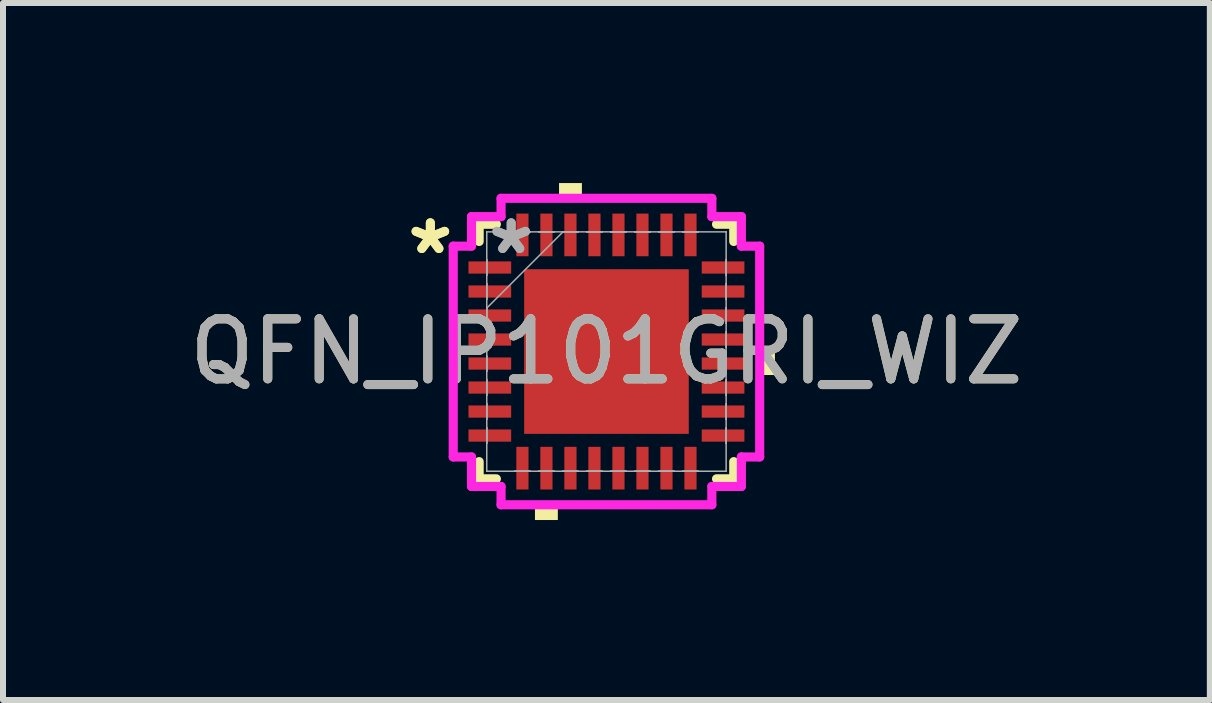
<source format=kicad_pcb>
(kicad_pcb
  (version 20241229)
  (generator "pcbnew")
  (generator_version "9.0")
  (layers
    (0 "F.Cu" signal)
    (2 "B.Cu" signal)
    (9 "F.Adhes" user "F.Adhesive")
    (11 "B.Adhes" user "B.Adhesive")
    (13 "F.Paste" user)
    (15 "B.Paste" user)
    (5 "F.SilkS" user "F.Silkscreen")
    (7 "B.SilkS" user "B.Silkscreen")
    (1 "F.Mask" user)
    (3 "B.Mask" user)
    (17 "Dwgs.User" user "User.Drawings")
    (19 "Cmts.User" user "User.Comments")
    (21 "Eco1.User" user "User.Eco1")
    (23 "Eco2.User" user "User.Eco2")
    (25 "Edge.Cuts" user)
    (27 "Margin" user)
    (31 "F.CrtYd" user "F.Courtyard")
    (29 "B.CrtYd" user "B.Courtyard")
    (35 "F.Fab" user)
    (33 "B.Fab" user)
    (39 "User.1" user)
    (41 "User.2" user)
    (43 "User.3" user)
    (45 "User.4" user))
  (footprint "QFN_IP101GRI_WIZ"
    (layer "F.Cu")
    (at 7.054 2.807)
    (property "Reference" "QFN_IP101GRI_WIZ" (at 0 0 0) (unlocked yes) (layer "F.SilkS") (effects (font (size 1 1) (thickness 0.15))))
    (attr smd)
    (fp_line (start -2.121 -2.121) (end -2.121 -1.834) (stroke (width 0.152) (type solid)) (layer "F.SilkS"))
    (fp_line (start -2.121 1.834) (end -2.121 2.121) (stroke (width 0.152) (type solid)) (layer "F.SilkS"))
    (fp_line (start -2.121 2.121) (end -1.834 2.121) (stroke (width 0.152) (type solid)) (layer "F.SilkS"))
    (fp_line (start -1.834 -2.121) (end -2.121 -2.121) (stroke (width 0.152) (type solid)) (layer "F.SilkS"))
    (fp_line (start 1.834 2.121) (end 2.121 2.121) (stroke (width 0.152) (type solid)) (layer "F.SilkS"))
    (fp_line (start 2.121 -2.121) (end 1.834 -2.121) (stroke (width 0.152) (type solid)) (layer "F.SilkS"))
    (fp_line (start 2.121 -1.834) (end 2.121 -2.121) (stroke (width 0.152) (type solid)) (layer "F.SilkS"))
    (fp_line (start 2.121 2.121) (end 2.121 1.834) (stroke (width 0.152) (type solid)) (layer "F.SilkS"))
    (fp_poly (pts (xy -1.191 2.553) (xy -1.191 2.807) (xy -0.81 2.807) (xy -0.81 2.553)) (stroke (width 0) (type solid)) (fill yes) (layer "F.SilkS"))
    (fp_poly (pts (xy -0.79 -2.553) (xy -0.79 -2.807) (xy -0.409 -2.807) (xy -0.409 -2.553)) (stroke (width 0) (type solid)) (fill yes) (layer "F.SilkS"))
    (fp_poly (pts (xy 2.807 0.009) (xy 2.807 0.391) (xy 2.553 0.391) (xy 2.553 0.009)) (stroke (width 0) (type solid)) (fill yes) (layer "F.SilkS"))
    (fp_poly (pts (xy -1.272 -1.272) (xy -1.272 -0.1) (xy -0.1 -0.1) (xy -0.1 -1.272)) (stroke (width 0) (type solid)) (fill yes) (layer "F.Paste"))
    (fp_poly (pts (xy -1.272 0.1) (xy -1.272 1.272) (xy -0.1 1.272) (xy -0.1 0.1)) (stroke (width 0) (type solid)) (fill yes) (layer "F.Paste"))
    (fp_poly (pts (xy 0.1 -1.272) (xy 0.1 -0.1) (xy 1.272 -0.1) (xy 1.272 -1.272)) (stroke (width 0) (type solid)) (fill yes) (layer "F.Paste"))
    (fp_poly (pts (xy 0.1 0.1) (xy 0.1 1.272) (xy 1.272 1.272) (xy 1.272 0.1)) (stroke (width 0) (type solid)) (fill yes) (layer "F.Paste"))
    (fp_line (start -2.553 -1.756) (end -2.248 -1.756) (stroke (width 0.152) (type solid)) (layer "F.CrtYd"))
    (fp_line (start -2.553 1.756) (end -2.553 -1.756) (stroke (width 0.152) (type solid)) (layer "F.CrtYd"))
    (fp_line (start -2.248 -2.248) (end -1.756 -2.248) (stroke (width 0.152) (type solid)) (layer "F.CrtYd"))
    (fp_line (start -2.248 -1.756) (end -2.248 -2.248) (stroke (width 0.152) (type solid)) (layer "F.CrtYd"))
    (fp_line (start -2.248 1.756) (end -2.553 1.756) (stroke (width 0.152) (type solid)) (layer "F.CrtYd"))
    (fp_line (start -2.248 2.248) (end -2.248 1.756) (stroke (width 0.152) (type solid)) (layer "F.CrtYd"))
    (fp_line (start -1.756 -2.553) (end 1.756 -2.553) (stroke (width 0.152) (type solid)) (layer "F.CrtYd"))
    (fp_line (start -1.756 -2.248) (end -1.756 -2.553) (stroke (width 0.152) (type solid)) (layer "F.CrtYd"))
    (fp_line (start -1.756 2.248) (end -2.248 2.248) (stroke (width 0.152) (type solid)) (layer "F.CrtYd"))
    (fp_line (start -1.756 2.553) (end -1.756 2.248) (stroke (width 0.152) (type solid)) (layer "F.CrtYd"))
    (fp_line (start 1.756 -2.553) (end 1.756 -2.248) (stroke (width 0.152) (type solid)) (layer "F.CrtYd"))
    (fp_line (start 1.756 -2.248) (end 2.248 -2.248) (stroke (width 0.152) (type solid)) (layer "F.CrtYd"))
    (fp_line (start 1.756 2.248) (end 1.756 2.553) (stroke (width 0.152) (type solid)) (layer "F.CrtYd"))
    (fp_line (start 1.756 2.553) (end -1.756 2.553) (stroke (width 0.152) (type solid)) (layer "F.CrtYd"))
    (fp_line (start 2.248 -2.248) (end 2.248 -1.756) (stroke (width 0.152) (type solid)) (layer "F.CrtYd"))
    (fp_line (start 2.248 -1.756) (end 2.553 -1.756) (stroke (width 0.152) (type solid)) (layer "F.CrtYd"))
    (fp_line (start 2.248 1.756) (end 2.248 2.248) (stroke (width 0.152) (type solid)) (layer "F.CrtYd"))
    (fp_line (start 2.248 2.248) (end 1.756 2.248) (stroke (width 0.152) (type solid)) (layer "F.CrtYd"))
    (fp_line (start 2.553 -1.756) (end 2.553 1.756) (stroke (width 0.152) (type solid)) (layer "F.CrtYd"))
    (fp_line (start 2.553 1.756) (end 2.248 1.756) (stroke (width 0.152) (type solid)) (layer "F.CrtYd"))
    (fp_line (start -1.994 -1.994) (end -1.994 -1.994) (stroke (width 0.025) (type solid)) (layer "F.Fab"))
    (fp_line (start -1.994 -1.994) (end -1.994 1.994) (stroke (width 0.025) (type solid)) (layer "F.Fab"))
    (fp_line (start -1.994 -1.527) (end -1.994 -1.527) (stroke (width 0.025) (type solid)) (layer "F.Fab"))
    (fp_line (start -1.994 -1.527) (end -1.994 -1.273) (stroke (width 0.025) (type solid)) (layer "F.Fab"))
    (fp_line (start -1.994 -1.273) (end -1.994 -1.527) (stroke (width 0.025) (type solid)) (layer "F.Fab"))
    (fp_line (start -1.994 -1.273) (end -1.994 -1.273) (stroke (width 0.025) (type solid)) (layer "F.Fab"))
    (fp_line (start -1.994 -1.127) (end -1.994 -1.127) (stroke (width 0.025) (type solid)) (layer "F.Fab"))
    (fp_line (start -1.994 -1.127) (end -1.994 -0.873) (stroke (width 0.025) (type solid)) (layer "F.Fab"))
    (fp_line (start -1.994 -0.873) (end -1.994 -1.127) (stroke (width 0.025) (type solid)) (layer "F.Fab"))
    (fp_line (start -1.994 -0.873) (end -1.994 -0.873) (stroke (width 0.025) (type solid)) (layer "F.Fab"))
    (fp_line (start -1.994 -0.727) (end -1.994 -0.727) (stroke (width 0.025) (type solid)) (layer "F.Fab"))
    (fp_line (start -1.994 -0.727) (end -1.994 -0.473) (stroke (width 0.025) (type solid)) (layer "F.Fab"))
    (fp_line (start -1.994 -0.724) (end -0.724 -1.994) (stroke (width 0.025) (type solid)) (layer "F.Fab"))
    (fp_line (start -1.994 -0.473) (end -1.994 -0.727) (stroke (width 0.025) (type solid)) (layer "F.Fab"))
    (fp_line (start -1.994 -0.473) (end -1.994 -0.473) (stroke (width 0.025) (type solid)) (layer "F.Fab"))
    (fp_line (start -1.994 -0.327) (end -1.994 -0.327) (stroke (width 0.025) (type solid)) (layer "F.Fab"))
    (fp_line (start -1.994 -0.327) (end -1.994 -0.073) (stroke (width 0.025) (type solid)) (layer "F.Fab"))
    (fp_line (start -1.994 -0.073) (end -1.994 -0.327) (stroke (width 0.025) (type solid)) (layer "F.Fab"))
    (fp_line (start -1.994 -0.073) (end -1.994 -0.073) (stroke (width 0.025) (type solid)) (layer "F.Fab"))
    (fp_line (start -1.994 0.073) (end -1.994 0.073) (stroke (width 0.025) (type solid)) (layer "F.Fab"))
    (fp_line (start -1.994 0.073) (end -1.994 0.327) (stroke (width 0.025) (type solid)) (layer "F.Fab"))
    (fp_line (start -1.994 0.327) (end -1.994 0.073) (stroke (width 0.025) (type solid)) (layer "F.Fab"))
    (fp_line (start -1.994 0.327) (end -1.994 0.327) (stroke (width 0.025) (type solid)) (layer "F.Fab"))
    (fp_line (start -1.994 0.473) (end -1.994 0.473) (stroke (width 0.025) (type solid)) (layer "F.Fab"))
    (fp_line (start -1.994 0.473) (end -1.994 0.727) (stroke (width 0.025) (type solid)) (layer "F.Fab"))
    (fp_line (start -1.994 0.727) (end -1.994 0.473) (stroke (width 0.025) (type solid)) (layer "F.Fab"))
    (fp_line (start -1.994 0.727) (end -1.994 0.727) (stroke (width 0.025) (type solid)) (layer "F.Fab"))
    (fp_line (start -1.994 0.873) (end -1.994 0.873) (stroke (width 0.025) (type solid)) (layer "F.Fab"))
    (fp_line (start -1.994 0.873) (end -1.994 1.127) (stroke (width 0.025) (type solid)) (layer "F.Fab"))
    (fp_line (start -1.994 1.127) (end -1.994 0.873) (stroke (width 0.025) (type solid)) (layer "F.Fab"))
    (fp_line (start -1.994 1.127) (end -1.994 1.127) (stroke (width 0.025) (type solid)) (layer "F.Fab"))
    (fp_line (start -1.994 1.273) (end -1.994 1.273) (stroke (width 0.025) (type solid)) (layer "F.Fab"))
    (fp_line (start -1.994 1.273) (end -1.994 1.527) (stroke (width 0.025) (type solid)) (layer "F.Fab"))
    (fp_line (start -1.994 1.527) (end -1.994 1.273) (stroke (width 0.025) (type solid)) (layer "F.Fab"))
    (fp_line (start -1.994 1.527) (end -1.994 1.527) (stroke (width 0.025) (type solid)) (layer "F.Fab"))
    (fp_line (start -1.994 1.994) (end -1.994 1.994) (stroke (width 0.025) (type solid)) (layer "F.Fab"))
    (fp_line (start -1.994 1.994) (end 1.994 1.994) (stroke (width 0.025) (type solid)) (layer "F.Fab"))
    (fp_line (start -1.527 -1.994) (end -1.527 -1.994) (stroke (width 0.025) (type solid)) (layer "F.Fab"))
    (fp_line (start -1.527 -1.994) (end -1.273 -1.994) (stroke (width 0.025) (type solid)) (layer "F.Fab"))
    (fp_line (start -1.527 1.994) (end -1.527 1.994) (stroke (width 0.025) (type solid)) (layer "F.Fab"))
    (fp_line (start -1.527 1.994) (end -1.273 1.994) (stroke (width 0.025) (type solid)) (layer "F.Fab"))
    (fp_line (start -1.273 -1.994) (end -1.527 -1.994) (stroke (width 0.025) (type solid)) (layer "F.Fab"))
    (fp_line (start -1.273 -1.994) (end -1.273 -1.994) (stroke (width 0.025) (type solid)) (layer "F.Fab"))
    (fp_line (start -1.273 1.994) (end -1.527 1.994) (stroke (width 0.025) (type solid)) (layer "F.Fab"))
    (fp_line (start -1.273 1.994) (end -1.273 1.994) (stroke (width 0.025) (type solid)) (layer "F.Fab"))
    (fp_line (start -1.127 -1.994) (end -1.127 -1.994) (stroke (width 0.025) (type solid)) (layer "F.Fab"))
    (fp_line (start -1.127 -1.994) (end -0.873 -1.994) (stroke (width 0.025) (type solid)) (layer "F.Fab"))
    (fp_line (start -1.127 1.994) (end -1.127 1.994) (stroke (width 0.025) (type solid)) (layer "F.Fab"))
    (fp_line (start -1.127 1.994) (end -0.873 1.994) (stroke (width 0.025) (type solid)) (layer "F.Fab"))
    (fp_line (start -0.873 -1.994) (end -1.127 -1.994) (stroke (width 0.025) (type solid)) (layer "F.Fab"))
    (fp_line (start -0.873 -1.994) (end -0.873 -1.994) (stroke (width 0.025) (type solid)) (layer "F.Fab"))
    (fp_line (start -0.873 1.994) (end -1.127 1.994) (stroke (width 0.025) (type solid)) (layer "F.Fab"))
    (fp_line (start -0.873 1.994) (end -0.873 1.994) (stroke (width 0.025) (type solid)) (layer "F.Fab"))
    (fp_line (start -0.727 -1.994) (end -0.727 -1.994) (stroke (width 0.025) (type solid)) (layer "F.Fab"))
    (fp_line (start -0.727 -1.994) (end -0.473 -1.994) (stroke (width 0.025) (type solid)) (layer "F.Fab"))
    (fp_line (start -0.727 1.994) (end -0.727 1.994) (stroke (width 0.025) (type solid)) (layer "F.Fab"))
    (fp_line (start -0.727 1.994) (end -0.473 1.994) (stroke (width 0.025) (type solid)) (layer "F.Fab"))
    (fp_line (start -0.473 -1.994) (end -0.727 -1.994) (stroke (width 0.025) (type solid)) (layer "F.Fab"))
    (fp_line (start -0.473 -1.994) (end -0.473 -1.994) (stroke (width 0.025) (type solid)) (layer "F.Fab"))
    (fp_line (start -0.473 1.994) (end -0.727 1.994) (stroke (width 0.025) (type solid)) (layer "F.Fab"))
    (fp_line (start -0.473 1.994) (end -0.473 1.994) (stroke (width 0.025) (type solid)) (layer "F.Fab"))
    (fp_line (start -0.327 -1.994) (end -0.327 -1.994) (stroke (width 0.025) (type solid)) (layer "F.Fab"))
    (fp_line (start -0.327 -1.994) (end -0.073 -1.994) (stroke (width 0.025) (type solid)) (layer "F.Fab"))
    (fp_line (start -0.327 1.994) (end -0.327 1.994) (stroke (width 0.025) (type solid)) (layer "F.Fab"))
    (fp_line (start -0.327 1.994) (end -0.073 1.994) (stroke (width 0.025) (type solid)) (layer "F.Fab"))
    (fp_line (start -0.073 -1.994) (end -0.327 -1.994) (stroke (width 0.025) (type solid)) (layer "F.Fab"))
    (fp_line (start -0.073 -1.994) (end -0.073 -1.994) (stroke (width 0.025) (type solid)) (layer "F.Fab"))
    (fp_line (start -0.073 1.994) (end -0.327 1.994) (stroke (width 0.025) (type solid)) (layer "F.Fab"))
    (fp_line (start -0.073 1.994) (end -0.073 1.994) (stroke (width 0.025) (type solid)) (layer "F.Fab"))
    (fp_line (start 0.073 -1.994) (end 0.073 -1.994) (stroke (width 0.025) (type solid)) (layer "F.Fab"))
    (fp_line (start 0.073 -1.994) (end 0.327 -1.994) (stroke (width 0.025) (type solid)) (layer "F.Fab"))
    (fp_line (start 0.073 1.994) (end 0.073 1.994) (stroke (width 0.025) (type solid)) (layer "F.Fab"))
    (fp_line (start 0.073 1.994) (end 0.327 1.994) (stroke (width 0.025) (type solid)) (layer "F.Fab"))
    (fp_line (start 0.327 -1.994) (end 0.073 -1.994) (stroke (width 0.025) (type solid)) (layer "F.Fab"))
    (fp_line (start 0.327 -1.994) (end 0.327 -1.994) (stroke (width 0.025) (type solid)) (layer "F.Fab"))
    (fp_line (start 0.327 1.994) (end 0.073 1.994) (stroke (width 0.025) (type solid)) (layer "F.Fab"))
    (fp_line (start 0.327 1.994) (end 0.327 1.994) (stroke (width 0.025) (type solid)) (layer "F.Fab"))
    (fp_line (start 0.473 -1.994) (end 0.473 -1.994) (stroke (width 0.025) (type solid)) (layer "F.Fab"))
    (fp_line (start 0.473 -1.994) (end 0.727 -1.994) (stroke (width 0.025) (type solid)) (layer "F.Fab"))
    (fp_line (start 0.473 1.994) (end 0.473 1.994) (stroke (width 0.025) (type solid)) (layer "F.Fab"))
    (fp_line (start 0.473 1.994) (end 0.727 1.994) (stroke (width 0.025) (type solid)) (layer "F.Fab"))
    (fp_line (start 0.727 -1.994) (end 0.473 -1.994) (stroke (width 0.025) (type solid)) (layer "F.Fab"))
    (fp_line (start 0.727 -1.994) (end 0.727 -1.994) (stroke (width 0.025) (type solid)) (layer "F.Fab"))
    (fp_line (start 0.727 1.994) (end 0.473 1.994) (stroke (width 0.025) (type solid)) (layer "F.Fab"))
    (fp_line (start 0.727 1.994) (end 0.727 1.994) (stroke (width 0.025) (type solid)) (layer "F.Fab"))
    (fp_line (start 0.873 -1.994) (end 0.873 -1.994) (stroke (width 0.025) (type solid)) (layer "F.Fab"))
    (fp_line (start 0.873 -1.994) (end 1.127 -1.994) (stroke (width 0.025) (type solid)) (layer "F.Fab"))
    (fp_line (start 0.873 1.994) (end 0.873 1.994) (stroke (width 0.025) (type solid)) (layer "F.Fab"))
    (fp_line (start 0.873 1.994) (end 1.127 1.994) (stroke (width 0.025) (type solid)) (layer "F.Fab"))
    (fp_line (start 1.127 -1.994) (end 0.873 -1.994) (stroke (width 0.025) (type solid)) (layer "F.Fab"))
    (fp_line (start 1.127 -1.994) (end 1.127 -1.994) (stroke (width 0.025) (type solid)) (layer "F.Fab"))
    (fp_line (start 1.127 1.994) (end 0.873 1.994) (stroke (width 0.025) (type solid)) (layer "F.Fab"))
    (fp_line (start 1.127 1.994) (end 1.127 1.994) (stroke (width 0.025) (type solid)) (layer "F.Fab"))
    (fp_line (start 1.273 -1.994) (end 1.273 -1.994) (stroke (width 0.025) (type solid)) (layer "F.Fab"))
    (fp_line (start 1.273 -1.994) (end 1.527 -1.994) (stroke (width 0.025) (type solid)) (layer "F.Fab"))
    (fp_line (start 1.273 1.994) (end 1.273 1.994) (stroke (width 0.025) (type solid)) (layer "F.Fab"))
    (fp_line (start 1.273 1.994) (end 1.527 1.994) (stroke (width 0.025) (type solid)) (layer "F.Fab"))
    (fp_line (start 1.527 -1.994) (end 1.273 -1.994) (stroke (width 0.025) (type solid)) (layer "F.Fab"))
    (fp_line (start 1.527 -1.994) (end 1.527 -1.994) (stroke (width 0.025) (type solid)) (layer "F.Fab"))
    (fp_line (start 1.527 1.994) (end 1.273 1.994) (stroke (width 0.025) (type solid)) (layer "F.Fab"))
    (fp_line (start 1.527 1.994) (end 1.527 1.994) (stroke (width 0.025) (type solid)) (layer "F.Fab"))
    (fp_line (start 1.994 -1.994) (end -1.994 -1.994) (stroke (width 0.025) (type solid)) (layer "F.Fab"))
    (fp_line (start 1.994 -1.994) (end 1.994 -1.994) (stroke (width 0.025) (type solid)) (layer "F.Fab"))
    (fp_line (start 1.994 -1.527) (end 1.994 -1.527) (stroke (width 0.025) (type solid)) (layer "F.Fab"))
    (fp_line (start 1.994 -1.527) (end 1.994 -1.273) (stroke (width 0.025) (type solid)) (layer "F.Fab"))
    (fp_line (start 1.994 -1.273) (end 1.994 -1.527) (stroke (width 0.025) (type solid)) (layer "F.Fab"))
    (fp_line (start 1.994 -1.273) (end 1.994 -1.273) (stroke (width 0.025) (type solid)) (layer "F.Fab"))
    (fp_line (start 1.994 -1.127) (end 1.994 -1.127) (stroke (width 0.025) (type solid)) (layer "F.Fab"))
    (fp_line (start 1.994 -1.127) (end 1.994 -0.873) (stroke (width 0.025) (type solid)) (layer "F.Fab"))
    (fp_line (start 1.994 -0.873) (end 1.994 -1.127) (stroke (width 0.025) (type solid)) (layer "F.Fab"))
    (fp_line (start 1.994 -0.873) (end 1.994 -0.873) (stroke (width 0.025) (type solid)) (layer "F.Fab"))
    (fp_line (start 1.994 -0.727) (end 1.994 -0.727) (stroke (width 0.025) (type solid)) (layer "F.Fab"))
    (fp_line (start 1.994 -0.727) (end 1.994 -0.473) (stroke (width 0.025) (type solid)) (layer "F.Fab"))
    (fp_line (start 1.994 -0.473) (end 1.994 -0.727) (stroke (width 0.025) (type solid)) (layer "F.Fab"))
    (fp_line (start 1.994 -0.473) (end 1.994 -0.473) (stroke (width 0.025) (type solid)) (layer "F.Fab"))
    (fp_line (start 1.994 -0.327) (end 1.994 -0.327) (stroke (width 0.025) (type solid)) (layer "F.Fab"))
    (fp_line (start 1.994 -0.327) (end 1.994 -0.073) (stroke (width 0.025) (type solid)) (layer "F.Fab"))
    (fp_line (start 1.994 -0.073) (end 1.994 -0.327) (stroke (width 0.025) (type solid)) (layer "F.Fab"))
    (fp_line (start 1.994 -0.073) (end 1.994 -0.073) (stroke (width 0.025) (type solid)) (layer "F.Fab"))
    (fp_line (start 1.994 0.073) (end 1.994 0.073) (stroke (width 0.025) (type solid)) (layer "F.Fab"))
    (fp_line (start 1.994 0.073) (end 1.994 0.327) (stroke (width 0.025) (type solid)) (layer "F.Fab"))
    (fp_line (start 1.994 0.327) (end 1.994 0.073) (stroke (width 0.025) (type solid)) (layer "F.Fab"))
    (fp_line (start 1.994 0.327) (end 1.994 0.327) (stroke (width 0.025) (type solid)) (layer "F.Fab"))
    (fp_line (start 1.994 0.473) (end 1.994 0.473) (stroke (width 0.025) (type solid)) (layer "F.Fab"))
    (fp_line (start 1.994 0.473) (end 1.994 0.727) (stroke (width 0.025) (type solid)) (layer "F.Fab"))
    (fp_line (start 1.994 0.727) (end 1.994 0.473) (stroke (width 0.025) (type solid)) (layer "F.Fab"))
    (fp_line (start 1.994 0.727) (end 1.994 0.727) (stroke (width 0.025) (type solid)) (layer "F.Fab"))
    (fp_line (start 1.994 0.873) (end 1.994 0.873) (stroke (width 0.025) (type solid)) (layer "F.Fab"))
    (fp_line (start 1.994 0.873) (end 1.994 1.127) (stroke (width 0.025) (type solid)) (layer "F.Fab"))
    (fp_line (start 1.994 1.127) (end 1.994 0.873) (stroke (width 0.025) (type solid)) (layer "F.Fab"))
    (fp_line (start 1.994 1.127) (end 1.994 1.127) (stroke (width 0.025) (type solid)) (layer "F.Fab"))
    (fp_line (start 1.994 1.273) (end 1.994 1.273) (stroke (width 0.025) (type solid)) (layer "F.Fab"))
    (fp_line (start 1.994 1.273) (end 1.994 1.527) (stroke (width 0.025) (type solid)) (layer "F.Fab"))
    (fp_line (start 1.994 1.527) (end 1.994 1.273) (stroke (width 0.025) (type solid)) (layer "F.Fab"))
    (fp_line (start 1.994 1.527) (end 1.994 1.527) (stroke (width 0.025) (type solid)) (layer "F.Fab"))
    (fp_line (start 1.994 1.994) (end 1.994 -1.994) (stroke (width 0.025) (type solid)) (layer "F.Fab"))
    (fp_line (start 1.994 1.994) (end 1.994 1.994) (stroke (width 0.025) (type solid)) (layer "F.Fab"))
    (fp_text user "*" (at -2.934 -1.6 0) (layer "F.SilkS") (effects (font (size 1 1) (thickness 0.15))))
    (fp_text user "*" (at -2.934 -1.6 0) (unlocked yes) (layer "F.SilkS") (effects (font (size 1 1) (thickness 0.15))))
    (fp_text user "*" (at -1.587 -1.6 0) (unlocked yes) (layer "F.Fab") (effects (font (size 1 1) (thickness 0.15))))
    (fp_text user "*" (at -1.587 -1.6 0) (layer "F.Fab") (effects (font (size 1 1) (thickness 0.15))))
    (fp_text user "${REFERENCE}" (at 0 0 0) (unlocked yes) (layer "F.Fab") (effects (font (size 1 1) (thickness 0.15))))
    (pad "1" smd rect (at -1.943 -1.4 90) (size 0.203 0.711) (layers "F.Cu" "F.Mask" "F.Paste"))
    (pad "2" smd rect (at -1.943 -1 90) (size 0.203 0.711) (layers "F.Cu" "F.Mask" "F.Paste"))
    (pad "3" smd rect (at -1.943 -0.6 90) (size 0.203 0.711) (layers "F.Cu" "F.Mask" "F.Paste"))
    (pad "4" smd rect (at -1.943 -0.2 90) (size 0.203 0.711) (layers "F.Cu" "F.Mask" "F.Paste"))
    (pad "5" smd rect (at -1.943 0.2 90) (size 0.203 0.711) (layers "F.Cu" "F.Mask" "F.Paste"))
    (pad "6" smd rect (at -1.943 0.6 90) (size 0.203 0.711) (layers "F.Cu" "F.Mask" "F.Paste"))
    (pad "7" smd rect (at -1.943 1 90) (size 0.203 0.711) (layers "F.Cu" "F.Mask" "F.Paste"))
    (pad "8" smd rect (at -1.943 1.4 90) (size 0.203 0.711) (layers "F.Cu" "F.Mask" "F.Paste"))
    (pad "9" smd rect (at -1.4 1.943) (size 0.203 0.711) (layers "F.Cu" "F.Mask" "F.Paste"))
    (pad "10" smd rect (at -1 1.943) (size 0.203 0.711) (layers "F.Cu" "F.Mask" "F.Paste"))
    (pad "11" smd rect (at -0.6 1.943) (size 0.203 0.711) (layers "F.Cu" "F.Mask" "F.Paste"))
    (pad "12" smd rect (at -0.2 1.943) (size 0.203 0.711) (layers "F.Cu" "F.Mask" "F.Paste"))
    (pad "13" smd rect (at 0.2 1.943) (size 0.203 0.711) (layers "F.Cu" "F.Mask" "F.Paste"))
    (pad "14" smd rect (at 0.6 1.943) (size 0.203 0.711) (layers "F.Cu" "F.Mask" "F.Paste"))
    (pad "15" smd rect (at 1 1.943) (size 0.203 0.711) (layers "F.Cu" "F.Mask" "F.Paste"))
    (pad "16" smd rect (at 1.4 1.943) (size 0.203 0.711) (layers "F.Cu" "F.Mask" "F.Paste"))
    (pad "17" smd rect (at 1.943 1.4 90) (size 0.203 0.711) (layers "F.Cu" "F.Mask" "F.Paste"))
    (pad "18" smd rect (at 1.943 1 90) (size 0.203 0.711) (layers "F.Cu" "F.Mask" "F.Paste"))
    (pad "19" smd rect (at 1.943 0.6 90) (size 0.203 0.711) (layers "F.Cu" "F.Mask" "F.Paste"))
    (pad "20" smd rect (at 1.943 0.2 90) (size 0.203 0.711) (layers "F.Cu" "F.Mask" "F.Paste"))
    (pad "21" smd rect (at 1.943 -0.2 90) (size 0.203 0.711) (layers "F.Cu" "F.Mask" "F.Paste"))
    (pad "22" smd rect (at 1.943 -0.6 90) (size 0.203 0.711) (layers "F.Cu" "F.Mask" "F.Paste"))
    (pad "23" smd rect (at 1.943 -1 90) (size 0.203 0.711) (layers "F.Cu" "F.Mask" "F.Paste"))
    (pad "24" smd rect (at 1.943 -1.4 90) (size 0.203 0.711) (layers "F.Cu" "F.Mask" "F.Paste"))
    (pad "25" smd rect (at 1.4 -1.943) (size 0.203 0.711) (layers "F.Cu" "F.Mask" "F.Paste"))
    (pad "26" smd rect (at 1 -1.943) (size 0.203 0.711) (layers "F.Cu" "F.Mask" "F.Paste"))
    (pad "27" smd rect (at 0.6 -1.943) (size 0.203 0.711) (layers "F.Cu" "F.Mask" "F.Paste"))
    (pad "28" smd rect (at 0.2 -1.943) (size 0.203 0.711) (layers "F.Cu" "F.Mask" "F.Paste"))
    (pad "29" smd rect (at -0.2 -1.943) (size 0.203 0.711) (layers "F.Cu" "F.Mask" "F.Paste"))
    (pad "30" smd rect (at -0.6 -1.943) (size 0.203 0.711) (layers "F.Cu" "F.Mask" "F.Paste"))
    (pad "31" smd rect (at -1 -1.943) (size 0.203 0.711) (layers "F.Cu" "F.Mask" "F.Paste"))
    (pad "32" smd rect (at -1.4 -1.943) (size 0.203 0.711) (layers "F.Cu" "F.Mask" "F.Paste"))
    (pad "33" smd rect (at 0 0) (size 2.743 2.743) (layers "F.Cu" "F.Mask")))
  (gr_rect
    (start -3 -3)
    (end 17.107 8.613)
    (stroke (width 0.1) (type default))
    (fill no)
    (layer "Edge.Cuts")))
</source>
